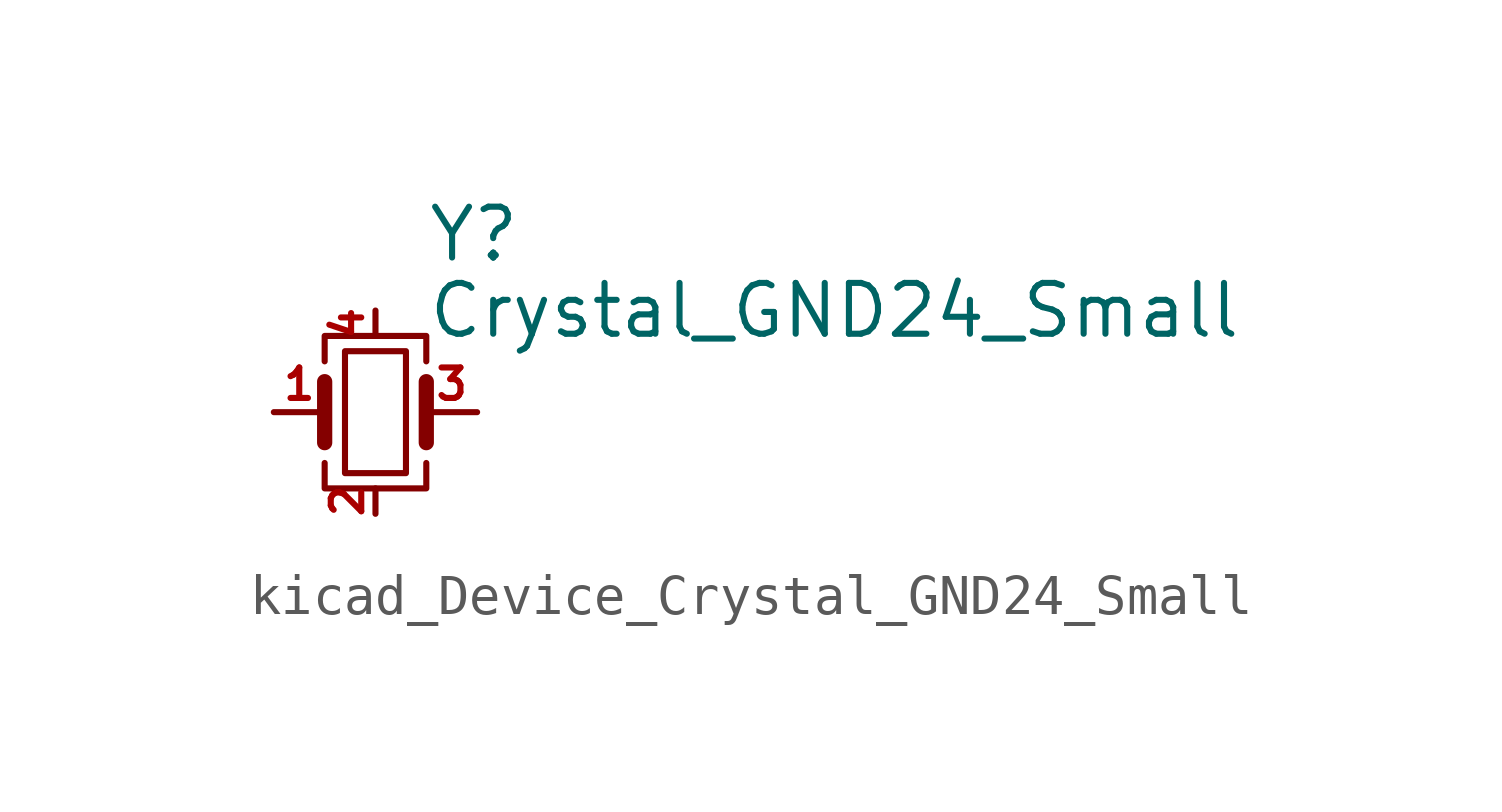
<source format=kicad_sym>
(kicad_symbol_lib
  (version 20220914)
  (generator kicad_symbol_editor)
  (symbol "kicad_Device_Crystal_GND24_Small"
    (pin_names
      (offset 1.016) hide)
    (property "Reference" "Y"
      (at 1.27 4.445 0)
      (effects (font (size 1.27 1.27)) (justify left)))
    (property "Value" "Crystal_GND24_Small"
      (at 1.27 2.54 0)
      (effects (font (size 1.27 1.27)) (justify left)))
    (symbol "kicad_Device_Crystal_GND24_Small_0_1"
      (rectangle (start -0.762 -1.524) (end 0.762 1.524) (stroke (width 0) (type default)) (fill (type none)))
      (polyline (pts (xy -1.27 -0.762) (xy -1.27 0.762)) (stroke (width 0.381) (type default)) (fill (type none)))
      (polyline (pts (xy 1.27 -0.762) (xy 1.27 0.762)) (stroke (width 0.381) (type default)) (fill (type none)))
      (polyline (pts (xy -1.27 -1.27) (xy -1.27 -1.905) (xy 1.27 -1.905) (xy 1.27 -1.27)) (stroke (width 0) (type default)) (fill (type none)))
      (polyline (pts (xy -1.27 1.27) (xy -1.27 1.905) (xy 1.27 1.905) (xy 1.27 1.27)) (stroke (width 0) (type default)) (fill (type none))))
    (symbol "kicad_Device_Crystal_GND24_Small_1_1"
      (pin passive line (at -2.54 0 0) (length 1.27) (name "1" (effects (font (size 1.27 1.27)))) (number "1" (effects (font (size 0.762 0.762)))))
      (pin passive line (at 0 -2.54 90) (length 0.635) (name "2" (effects (font (size 1.27 1.27)))) (number "2" (effects (font (size 0.762 0.762)))))
      (pin passive line (at 2.54 0 180) (length 1.27) (name "3" (effects (font (size 1.27 1.27)))) (number "3" (effects (font (size 0.762 0.762)))))
      (pin passive line (at 0 2.54 270) (length 0.635) (name "4" (effects (font (size 1.27 1.27)))) (number "4" (effects (font (size 0.762 0.762))))))))
</source>
